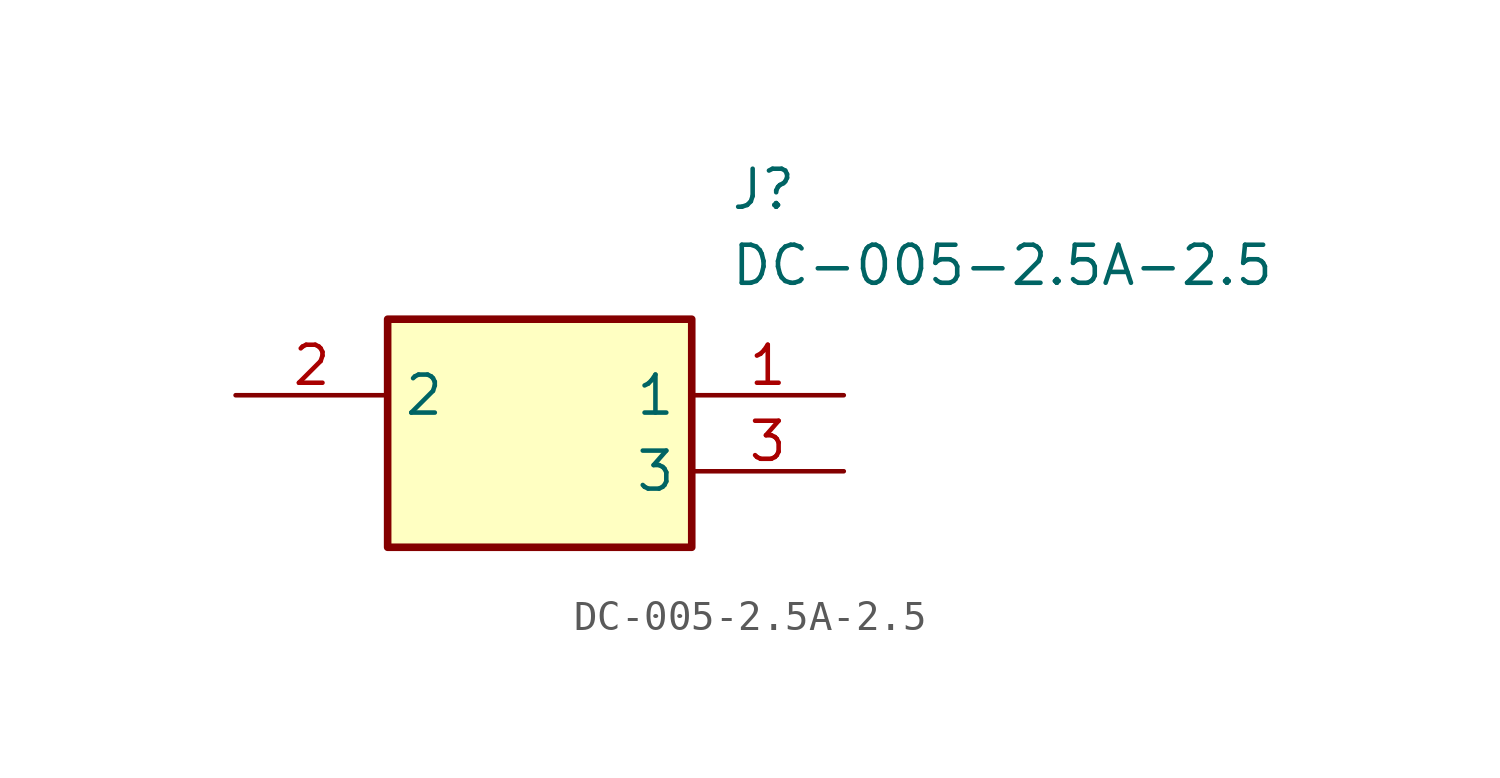
<source format=kicad_sym>
(kicad_symbol_lib
  (version 20211014)
  (generator SamacSys_ECAD_Model)
  (symbol "DC-005-2.5A-2.5"
    (property "Reference" "J"
      (at 16.51 7.62 0)
      (effects (font (size 1.27 1.27)) (justify left top)))
    (property "Value" "DC-005-2.5A-2.5"
      (at 16.51 5.08 0)
      (effects (font (size 1.27 1.27)) (justify left top)))
    (rectangle
      (start 5.08 2.54)
      (end 15.24 -5.08)
      (stroke (width 0.254) (type default))
      (fill (type background)))
    (pin passive line
      (at 20.32 0 180)
      (length 5.08)
      (name "1" (effects (font (size 1.27 1.27))))
      (number "1" (effects (font (size 1.27 1.27)))))
    (pin passive line
      (at 0 0 0)
      (length 5.08)
      (name "2" (effects (font (size 1.27 1.27))))
      (number "2" (effects (font (size 1.27 1.27)))))
    (pin passive line
      (at 20.32 -2.54 180)
      (length 5.08)
      (name "3" (effects (font (size 1.27 1.27))))
      (number "3" (effects (font (size 1.27 1.27)))))))
</source>
